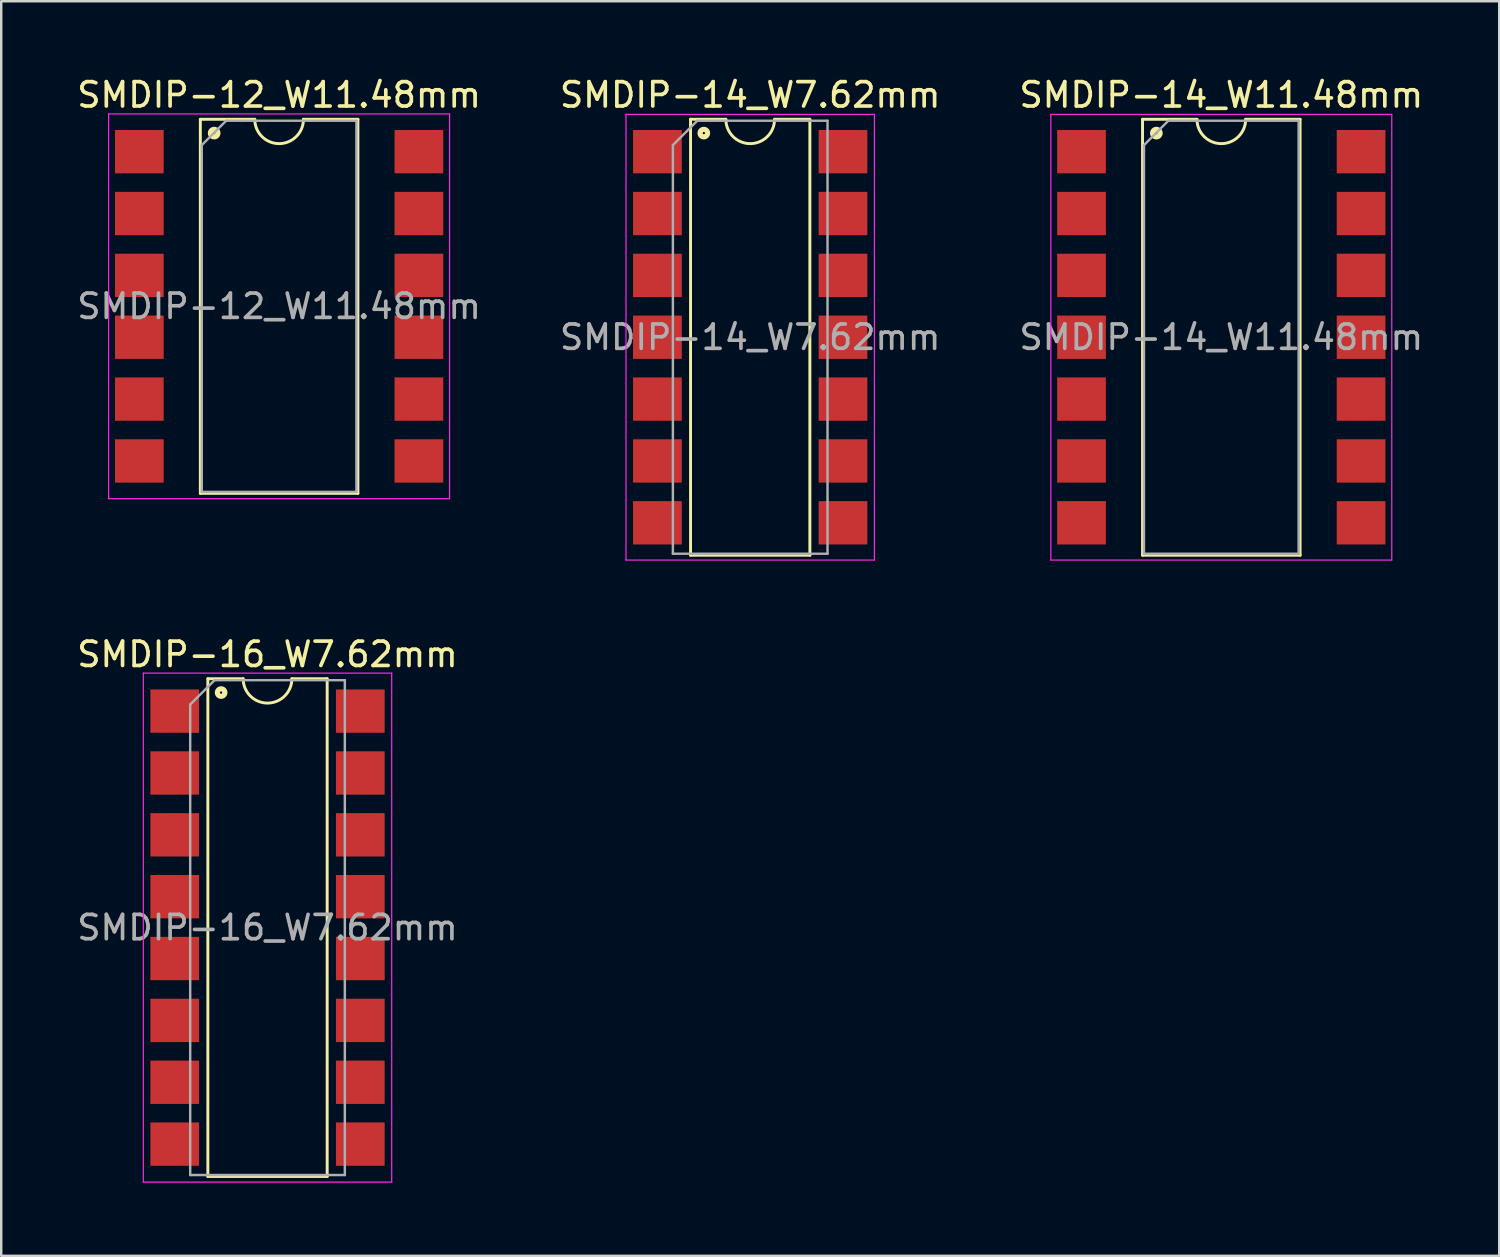
<source format=kicad_pcb>
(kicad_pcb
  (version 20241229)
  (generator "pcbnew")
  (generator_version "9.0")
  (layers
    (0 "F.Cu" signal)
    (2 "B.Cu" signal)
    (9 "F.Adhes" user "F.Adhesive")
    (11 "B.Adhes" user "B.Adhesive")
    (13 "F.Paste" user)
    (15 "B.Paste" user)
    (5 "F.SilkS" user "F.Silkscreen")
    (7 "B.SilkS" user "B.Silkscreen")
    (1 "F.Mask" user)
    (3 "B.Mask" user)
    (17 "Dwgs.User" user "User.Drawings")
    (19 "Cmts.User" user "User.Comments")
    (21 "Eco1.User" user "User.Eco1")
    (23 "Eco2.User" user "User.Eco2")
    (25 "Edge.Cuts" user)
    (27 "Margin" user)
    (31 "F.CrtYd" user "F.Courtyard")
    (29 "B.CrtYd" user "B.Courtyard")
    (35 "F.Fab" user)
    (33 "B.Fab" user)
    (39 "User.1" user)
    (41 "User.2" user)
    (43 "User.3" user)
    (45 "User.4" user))
  (footprint "SMDIP-16_W7.62mm"
    (layer "F.Cu")
    (at 7.935 35.041)
    (property "Reference" "SMDIP-16_W7.62mm" (at 0 -11.22 0) (layer "F.SilkS") (effects (font (size 1 1) (thickness 0.15))))
    (attr smd)
    (fp_line (start -2.45 -10.22) (end -2.45 10.22) (stroke (width 0.12) (type solid)) (layer "F.SilkS"))
    (fp_line (start -2.45 10.22) (end 2.45 10.22) (stroke (width 0.12) (type solid)) (layer "F.SilkS"))
    (fp_line (start -1 -10.22) (end -2.45 -10.22) (stroke (width 0.12) (type solid)) (layer "F.SilkS"))
    (fp_line (start 2.45 -10.22) (end 1 -10.22) (stroke (width 0.12) (type solid)) (layer "F.SilkS"))
    (fp_line (start 2.45 10.22) (end 2.45 -10.22) (stroke (width 0.12) (type solid)) (layer "F.SilkS"))
    (fp_arc (start 1 -10.22) (mid 0 -9.22) (end -1 -10.22) (stroke (width 0.12) (type solid)) (layer "F.SilkS"))
    (fp_circle (center -1.905 -9.652) (end -1.855 -9.652) (stroke (width 0.12) (type solid)) (fill no) (layer "F.SilkS"))
    (fp_circle (center -1.905 -9.652) (end -1.78 -9.652) (stroke (width 0.12) (type solid)) (fill no) (layer "F.SilkS"))
    (fp_circle (center -1.905 -9.652) (end -1.705 -9.652) (stroke (width 0.12) (type solid)) (fill no) (layer "F.SilkS"))
    (fp_line (start -5.1 -10.45) (end -5.1 10.45) (stroke (width 0.05) (type solid)) (layer "F.CrtYd"))
    (fp_line (start -5.1 10.45) (end 5.1 10.45) (stroke (width 0.05) (type solid)) (layer "F.CrtYd"))
    (fp_line (start 5.1 -10.45) (end -5.1 -10.45) (stroke (width 0.05) (type solid)) (layer "F.CrtYd"))
    (fp_line (start 5.1 10.45) (end 5.1 -10.45) (stroke (width 0.05) (type solid)) (layer "F.CrtYd"))
    (fp_line (start -3.175 -9.16) (end -2.175 -10.16) (stroke (width 0.1) (type solid)) (layer "F.Fab"))
    (fp_line (start -3.175 10.16) (end -3.175 -9.16) (stroke (width 0.1) (type solid)) (layer "F.Fab"))
    (fp_line (start -2.175 -10.16) (end 3.175 -10.16) (stroke (width 0.1) (type solid)) (layer "F.Fab"))
    (fp_line (start 3.175 -10.16) (end 3.175 10.16) (stroke (width 0.1) (type solid)) (layer "F.Fab"))
    (fp_line (start 3.175 10.16) (end -3.175 10.16) (stroke (width 0.1) (type solid)) (layer "F.Fab"))
    (fp_text user "${REFERENCE}" (at 0 0 0) (layer "F.Fab") (effects (font (size 1 1) (thickness 0.15))))
    (pad "1" smd rect (at -3.81 -8.89) (size 2 1.78) (layers "F.Cu" "F.Mask" "F.Paste"))
    (pad "2" smd rect (at -3.81 -6.35) (size 2 1.78) (layers "F.Cu" "F.Mask" "F.Paste"))
    (pad "3" smd rect (at -3.81 -3.81) (size 2 1.78) (layers "F.Cu" "F.Mask" "F.Paste"))
    (pad "4" smd rect (at -3.81 -1.27) (size 2 1.78) (layers "F.Cu" "F.Mask" "F.Paste"))
    (pad "5" smd rect (at -3.81 1.27) (size 2 1.78) (layers "F.Cu" "F.Mask" "F.Paste"))
    (pad "6" smd rect (at -3.81 3.81) (size 2 1.78) (layers "F.Cu" "F.Mask" "F.Paste"))
    (pad "7" smd rect (at -3.81 6.35) (size 2 1.78) (layers "F.Cu" "F.Mask" "F.Paste"))
    (pad "8" smd rect (at -3.81 8.89) (size 2 1.78) (layers "F.Cu" "F.Mask" "F.Paste"))
    (pad "9" smd rect (at 3.81 8.89) (size 2 1.78) (layers "F.Cu" "F.Mask" "F.Paste"))
    (pad "10" smd rect (at 3.81 6.35) (size 2 1.78) (layers "F.Cu" "F.Mask" "F.Paste"))
    (pad "11" smd rect (at 3.81 3.81) (size 2 1.78) (layers "F.Cu" "F.Mask" "F.Paste"))
    (pad "12" smd rect (at 3.81 1.27) (size 2 1.78) (layers "F.Cu" "F.Mask" "F.Paste"))
    (pad "13" smd rect (at 3.81 -1.27) (size 2 1.78) (layers "F.Cu" "F.Mask" "F.Paste"))
    (pad "14" smd rect (at 3.81 -3.81) (size 2 1.78) (layers "F.Cu" "F.Mask" "F.Paste"))
    (pad "15" smd rect (at 3.81 -6.35) (size 2 1.78) (layers "F.Cu" "F.Mask" "F.Paste"))
    (pad "16" smd rect (at 3.81 -8.89) (size 2 1.78) (layers "F.Cu" "F.Mask" "F.Paste")))
  (footprint "SMDIP-12_W11.48mm"
    (layer "F.Cu")
    (at 8.411 9.528)
    (property "Reference" "SMDIP-12_W11.48mm" (at 0 -8.68 0) (layer "F.SilkS") (effects (font (size 1 1) (thickness 0.15))))
    (attr smd)
    (fp_line (start -3.235 -7.68) (end -3.235 7.68) (stroke (width 0.12) (type solid)) (layer "F.SilkS"))
    (fp_line (start -3.235 7.68) (end 3.235 7.68) (stroke (width 0.12) (type solid)) (layer "F.SilkS"))
    (fp_line (start -1 -7.68) (end -3.235 -7.68) (stroke (width 0.12) (type solid)) (layer "F.SilkS"))
    (fp_line (start 3.235 -7.68) (end 1 -7.68) (stroke (width 0.12) (type solid)) (layer "F.SilkS"))
    (fp_line (start 3.235 7.68) (end 3.235 -7.68) (stroke (width 0.12) (type solid)) (layer "F.SilkS"))
    (fp_arc (start 1 -7.68) (mid 0 -6.68) (end -1 -7.68) (stroke (width 0.12) (type solid)) (layer "F.SilkS"))
    (fp_circle (center -2.667 -7.112) (end -2.617 -7.112) (stroke (width 0.12) (type solid)) (fill no) (layer "F.SilkS"))
    (fp_circle (center -2.667 -7.112) (end -2.542 -7.112) (stroke (width 0.12) (type solid)) (fill no) (layer "F.SilkS"))
    (fp_circle (center -2.667 -7.112) (end -2.467 -7.112) (stroke (width 0.12) (type solid)) (fill no) (layer "F.SilkS"))
    (fp_line (start -7 -7.9) (end -7 7.9) (stroke (width 0.05) (type solid)) (layer "F.CrtYd"))
    (fp_line (start -7 7.9) (end 7 7.9) (stroke (width 0.05) (type solid)) (layer "F.CrtYd"))
    (fp_line (start 7 -7.9) (end -7 -7.9) (stroke (width 0.05) (type solid)) (layer "F.CrtYd"))
    (fp_line (start 7 7.9) (end 7 -7.9) (stroke (width 0.05) (type solid)) (layer "F.CrtYd"))
    (fp_line (start -3.175 -6.62) (end -2.175 -7.62) (stroke (width 0.1) (type solid)) (layer "F.Fab"))
    (fp_line (start -3.175 7.62) (end -3.175 -6.62) (stroke (width 0.1) (type solid)) (layer "F.Fab"))
    (fp_line (start -2.175 -7.62) (end 3.175 -7.62) (stroke (width 0.1) (type solid)) (layer "F.Fab"))
    (fp_line (start 3.175 -7.62) (end 3.175 7.62) (stroke (width 0.1) (type solid)) (layer "F.Fab"))
    (fp_line (start 3.175 7.62) (end -3.175 7.62) (stroke (width 0.1) (type solid)) (layer "F.Fab"))
    (fp_text user "${REFERENCE}" (at 0 0 0) (layer "F.Fab") (effects (font (size 1 1) (thickness 0.15))))
    (pad "1" smd rect (at -5.74 -6.35) (size 2 1.78) (layers "F.Cu" "F.Mask" "F.Paste"))
    (pad "2" smd rect (at -5.74 -3.81) (size 2 1.78) (layers "F.Cu" "F.Mask" "F.Paste"))
    (pad "3" smd rect (at -5.74 -1.27) (size 2 1.78) (layers "F.Cu" "F.Mask" "F.Paste"))
    (pad "4" smd rect (at -5.74 1.27) (size 2 1.78) (layers "F.Cu" "F.Mask" "F.Paste"))
    (pad "5" smd rect (at -5.74 3.81) (size 2 1.78) (layers "F.Cu" "F.Mask" "F.Paste"))
    (pad "6" smd rect (at -5.74 6.35) (size 2 1.78) (layers "F.Cu" "F.Mask" "F.Paste"))
    (pad "7" smd rect (at 5.74 6.35) (size 2 1.78) (layers "F.Cu" "F.Mask" "F.Paste"))
    (pad "8" smd rect (at 5.74 3.81) (size 2 1.78) (layers "F.Cu" "F.Mask" "F.Paste"))
    (pad "9" smd rect (at 5.74 1.27) (size 2 1.78) (layers "F.Cu" "F.Mask" "F.Paste"))
    (pad "10" smd rect (at 5.74 -1.27) (size 2 1.78) (layers "F.Cu" "F.Mask" "F.Paste"))
    (pad "11" smd rect (at 5.74 -3.81) (size 2 1.78) (layers "F.Cu" "F.Mask" "F.Paste"))
    (pad "12" smd rect (at 5.74 -6.35) (size 2 1.78) (layers "F.Cu" "F.Mask" "F.Paste")))
  (footprint "SMDIP-14_W7.62mm"
    (layer "F.Cu")
    (at 27.756 10.798)
    (property "Reference" "SMDIP-14_W7.62mm" (at 0 -9.95 0) (layer "F.SilkS") (effects (font (size 1 1) (thickness 0.15))))
    (attr smd)
    (fp_line (start -2.45 -8.95) (end -2.45 8.95) (stroke (width 0.12) (type solid)) (layer "F.SilkS"))
    (fp_line (start -2.45 8.95) (end 2.45 8.95) (stroke (width 0.12) (type solid)) (layer "F.SilkS"))
    (fp_line (start -1 -8.95) (end -2.45 -8.95) (stroke (width 0.12) (type solid)) (layer "F.SilkS"))
    (fp_line (start 2.45 -8.95) (end 1 -8.95) (stroke (width 0.12) (type solid)) (layer "F.SilkS"))
    (fp_line (start 2.45 8.95) (end 2.45 -8.95) (stroke (width 0.12) (type solid)) (layer "F.SilkS"))
    (fp_arc (start 1 -8.95) (mid 0 -7.95) (end -1 -8.95) (stroke (width 0.12) (type solid)) (layer "F.SilkS"))
    (fp_circle (center -1.905 -8.382) (end -1.855 -8.382) (stroke (width 0.12) (type solid)) (fill no) (layer "F.SilkS"))
    (fp_circle (center -1.905 -8.382) (end -1.78 -8.382) (stroke (width 0.12) (type solid)) (fill no) (layer "F.SilkS"))
    (fp_circle (center -1.905 -8.382) (end -1.705 -8.382) (stroke (width 0.12) (type solid)) (fill no) (layer "F.SilkS"))
    (fp_line (start -5.1 -9.15) (end -5.1 9.15) (stroke (width 0.05) (type solid)) (layer "F.CrtYd"))
    (fp_line (start -5.1 9.15) (end 5.1 9.15) (stroke (width 0.05) (type solid)) (layer "F.CrtYd"))
    (fp_line (start 5.1 -9.15) (end -5.1 -9.15) (stroke (width 0.05) (type solid)) (layer "F.CrtYd"))
    (fp_line (start 5.1 9.15) (end 5.1 -9.15) (stroke (width 0.05) (type solid)) (layer "F.CrtYd"))
    (fp_line (start -3.175 -7.89) (end -2.175 -8.89) (stroke (width 0.1) (type solid)) (layer "F.Fab"))
    (fp_line (start -3.175 8.89) (end -3.175 -7.89) (stroke (width 0.1) (type solid)) (layer "F.Fab"))
    (fp_line (start -2.175 -8.89) (end 3.175 -8.89) (stroke (width 0.1) (type solid)) (layer "F.Fab"))
    (fp_line (start 3.175 -8.89) (end 3.175 8.89) (stroke (width 0.1) (type solid)) (layer "F.Fab"))
    (fp_line (start 3.175 8.89) (end -3.175 8.89) (stroke (width 0.1) (type solid)) (layer "F.Fab"))
    (fp_text user "${REFERENCE}" (at 0 0 0) (layer "F.Fab") (effects (font (size 1 1) (thickness 0.15))))
    (pad "1" smd rect (at -3.81 -7.62) (size 2 1.78) (layers "F.Cu" "F.Mask" "F.Paste"))
    (pad "2" smd rect (at -3.81 -5.08) (size 2 1.78) (layers "F.Cu" "F.Mask" "F.Paste"))
    (pad "3" smd rect (at -3.81 -2.54) (size 2 1.78) (layers "F.Cu" "F.Mask" "F.Paste"))
    (pad "4" smd rect (at -3.81 0) (size 2 1.78) (layers "F.Cu" "F.Mask" "F.Paste"))
    (pad "5" smd rect (at -3.81 2.54) (size 2 1.78) (layers "F.Cu" "F.Mask" "F.Paste"))
    (pad "6" smd rect (at -3.81 5.08) (size 2 1.78) (layers "F.Cu" "F.Mask" "F.Paste"))
    (pad "7" smd rect (at -3.81 7.62) (size 2 1.78) (layers "F.Cu" "F.Mask" "F.Paste"))
    (pad "8" smd rect (at 3.81 7.62) (size 2 1.78) (layers "F.Cu" "F.Mask" "F.Paste"))
    (pad "9" smd rect (at 3.81 5.08) (size 2 1.78) (layers "F.Cu" "F.Mask" "F.Paste"))
    (pad "10" smd rect (at 3.81 2.54) (size 2 1.78) (layers "F.Cu" "F.Mask" "F.Paste"))
    (pad "11" smd rect (at 3.81 0) (size 2 1.78) (layers "F.Cu" "F.Mask" "F.Paste"))
    (pad "12" smd rect (at 3.81 -2.54) (size 2 1.78) (layers "F.Cu" "F.Mask" "F.Paste"))
    (pad "13" smd rect (at 3.81 -5.08) (size 2 1.78) (layers "F.Cu" "F.Mask" "F.Paste"))
    (pad "14" smd rect (at 3.81 -7.62) (size 2 1.78) (layers "F.Cu" "F.Mask" "F.Paste")))
  (footprint "SMDIP-14_W11.48mm"
    (layer "F.Cu")
    (at 47.101 10.798)
    (property "Reference" "SMDIP-14_W11.48mm" (at 0 -9.95 0) (layer "F.SilkS") (effects (font (size 1 1) (thickness 0.15))))
    (attr smd)
    (fp_line (start -3.235 -8.95) (end -3.235 8.95) (stroke (width 0.12) (type solid)) (layer "F.SilkS"))
    (fp_line (start -3.235 8.95) (end 3.235 8.95) (stroke (width 0.12) (type solid)) (layer "F.SilkS"))
    (fp_line (start -1 -8.95) (end -3.235 -8.95) (stroke (width 0.12) (type solid)) (layer "F.SilkS"))
    (fp_line (start 3.235 -8.95) (end 1 -8.95) (stroke (width 0.12) (type solid)) (layer "F.SilkS"))
    (fp_line (start 3.235 8.95) (end 3.235 -8.95) (stroke (width 0.12) (type solid)) (layer "F.SilkS"))
    (fp_arc (start 1 -8.95) (mid 0 -7.95) (end -1 -8.95) (stroke (width 0.12) (type solid)) (layer "F.SilkS"))
    (fp_circle (center -2.667 -8.382) (end -2.617 -8.382) (stroke (width 0.12) (type solid)) (fill no) (layer "F.SilkS"))
    (fp_circle (center -2.667 -8.382) (end -2.542 -8.382) (stroke (width 0.12) (type solid)) (fill no) (layer "F.SilkS"))
    (fp_circle (center -2.667 -8.382) (end -2.467 -8.382) (stroke (width 0.12) (type solid)) (fill no) (layer "F.SilkS"))
    (fp_line (start -7 -9.15) (end -7 9.15) (stroke (width 0.05) (type solid)) (layer "F.CrtYd"))
    (fp_line (start -7 9.15) (end 7 9.15) (stroke (width 0.05) (type solid)) (layer "F.CrtYd"))
    (fp_line (start 7 -9.15) (end -7 -9.15) (stroke (width 0.05) (type solid)) (layer "F.CrtYd"))
    (fp_line (start 7 9.15) (end 7 -9.15) (stroke (width 0.05) (type solid)) (layer "F.CrtYd"))
    (fp_line (start -3.175 -7.89) (end -2.175 -8.89) (stroke (width 0.1) (type solid)) (layer "F.Fab"))
    (fp_line (start -3.175 8.89) (end -3.175 -7.89) (stroke (width 0.1) (type solid)) (layer "F.Fab"))
    (fp_line (start -2.175 -8.89) (end 3.175 -8.89) (stroke (width 0.1) (type solid)) (layer "F.Fab"))
    (fp_line (start 3.175 -8.89) (end 3.175 8.89) (stroke (width 0.1) (type solid)) (layer "F.Fab"))
    (fp_line (start 3.175 8.89) (end -3.175 8.89) (stroke (width 0.1) (type solid)) (layer "F.Fab"))
    (fp_text user "${REFERENCE}" (at 0 0 0) (layer "F.Fab") (effects (font (size 1 1) (thickness 0.15))))
    (pad "1" smd rect (at -5.74 -7.62) (size 2 1.78) (layers "F.Cu" "F.Mask" "F.Paste"))
    (pad "2" smd rect (at -5.74 -5.08) (size 2 1.78) (layers "F.Cu" "F.Mask" "F.Paste"))
    (pad "3" smd rect (at -5.74 -2.54) (size 2 1.78) (layers "F.Cu" "F.Mask" "F.Paste"))
    (pad "4" smd rect (at -5.74 0) (size 2 1.78) (layers "F.Cu" "F.Mask" "F.Paste"))
    (pad "5" smd rect (at -5.74 2.54) (size 2 1.78) (layers "F.Cu" "F.Mask" "F.Paste"))
    (pad "6" smd rect (at -5.74 5.08) (size 2 1.78) (layers "F.Cu" "F.Mask" "F.Paste"))
    (pad "7" smd rect (at -5.74 7.62) (size 2 1.78) (layers "F.Cu" "F.Mask" "F.Paste"))
    (pad "8" smd rect (at 5.74 7.62) (size 2 1.78) (layers "F.Cu" "F.Mask" "F.Paste"))
    (pad "9" smd rect (at 5.74 5.08) (size 2 1.78) (layers "F.Cu" "F.Mask" "F.Paste"))
    (pad "10" smd rect (at 5.74 2.54) (size 2 1.78) (layers "F.Cu" "F.Mask" "F.Paste"))
    (pad "11" smd rect (at 5.74 0) (size 2 1.78) (layers "F.Cu" "F.Mask" "F.Paste"))
    (pad "12" smd rect (at 5.74 -2.54) (size 2 1.78) (layers "F.Cu" "F.Mask" "F.Paste"))
    (pad "13" smd rect (at 5.74 -5.08) (size 2 1.78) (layers "F.Cu" "F.Mask" "F.Paste"))
    (pad "14" smd rect (at 5.74 -7.62) (size 2 1.78) (layers "F.Cu" "F.Mask" "F.Paste")))
  (gr_rect
    (start -3 -3)
    (end 58.512 48.517)
    (stroke (width 0.1) (type default))
    (fill no)
    (layer "Edge.Cuts")))
</source>
